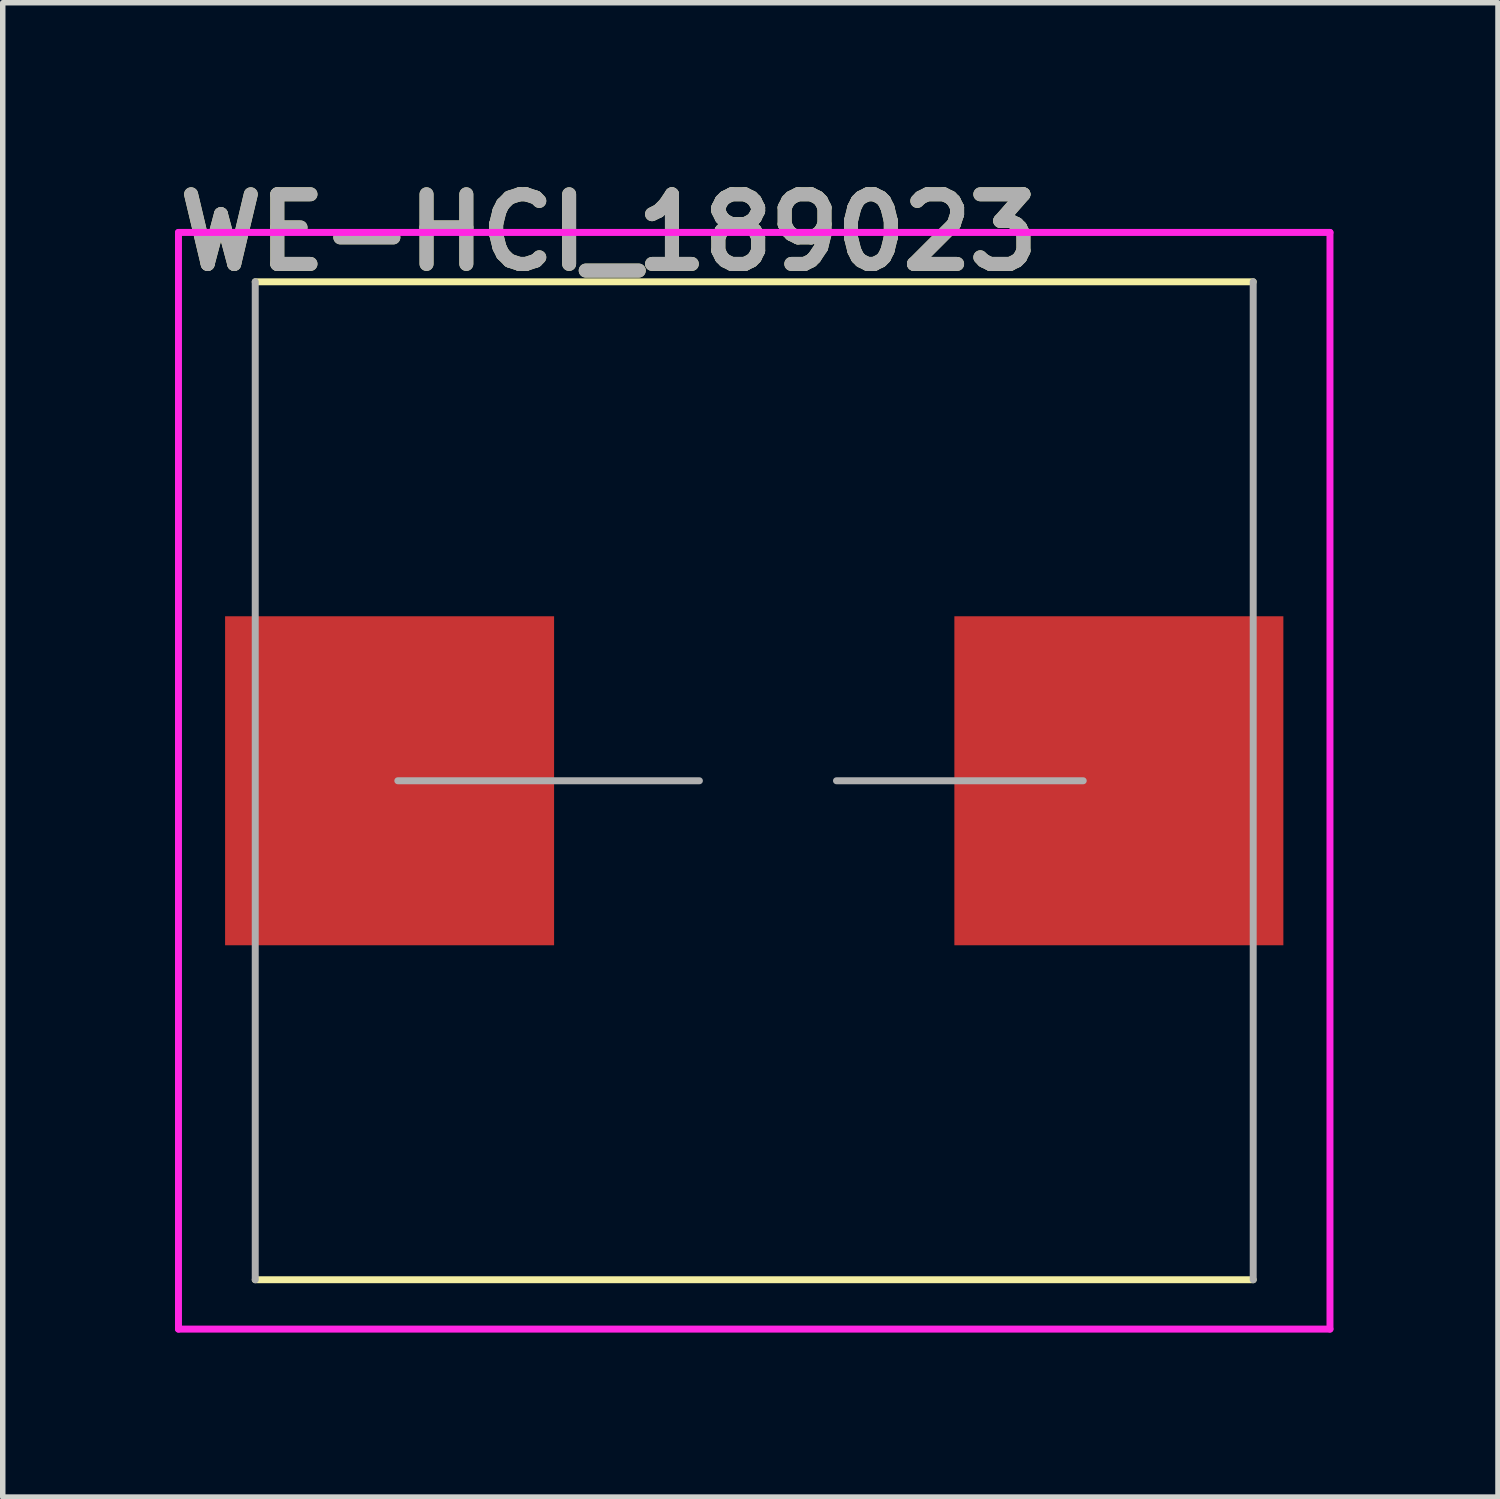
<source format=kicad_pcb>
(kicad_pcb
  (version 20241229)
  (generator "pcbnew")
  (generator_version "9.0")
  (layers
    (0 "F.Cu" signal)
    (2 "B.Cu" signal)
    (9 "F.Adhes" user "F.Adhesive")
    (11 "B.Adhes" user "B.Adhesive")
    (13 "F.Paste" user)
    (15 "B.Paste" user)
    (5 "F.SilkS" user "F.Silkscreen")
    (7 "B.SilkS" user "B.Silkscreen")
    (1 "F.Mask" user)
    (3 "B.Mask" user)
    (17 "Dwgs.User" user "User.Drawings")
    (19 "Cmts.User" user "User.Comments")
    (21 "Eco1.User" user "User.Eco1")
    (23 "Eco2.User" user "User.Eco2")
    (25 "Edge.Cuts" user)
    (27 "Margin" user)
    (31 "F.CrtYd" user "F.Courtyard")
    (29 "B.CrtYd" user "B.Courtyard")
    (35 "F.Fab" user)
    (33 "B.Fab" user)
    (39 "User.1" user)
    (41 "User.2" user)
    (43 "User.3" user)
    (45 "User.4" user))
  (footprint "WE-HCI_189023"
    (layer "F.Cu")
    (at 10.705 11.189)
    (property "Reference" "WE-HCI_189023" (at -2.65 -10 0) (layer "F.SilkS") (effects (font (size 1.27 1.27) (thickness 0.254))))
    (attr smd)
    (fp_line (start -9.1 -9.1) (end 9.1 -9.1) (stroke (width 0.127) (type solid)) (layer "F.SilkS"))
    (fp_line (start -9.1 9.1) (end 9.1 9.1) (stroke (width 0.127) (type solid)) (layer "F.SilkS"))
    (fp_line (start -10.5 -10) (end -10.5 10) (stroke (width 0.127) (type solid)) (layer "F.CrtYd"))
    (fp_line (start -10.5 10) (end 10.5 10) (stroke (width 0.127) (type solid)) (layer "F.CrtYd"))
    (fp_line (start 10.5 -10) (end -10.5 -10) (stroke (width 0.127) (type solid)) (layer "F.CrtYd"))
    (fp_line (start 10.5 10) (end 10.5 -10) (stroke (width 0.127) (type solid)) (layer "F.CrtYd"))
    (fp_line (start -9.1 -9.1) (end -9.1 9.1) (stroke (width 0.127) (type solid)) (layer "F.Fab"))
    (fp_line (start -6.5 0) (end -1 0) (stroke (width 0.127) (type solid)) (layer "F.Fab"))
    (fp_line (start 1.5 0) (end 6 0) (stroke (width 0.127) (type solid)) (layer "F.Fab"))
    (fp_line (start 9.1 -9.1) (end 9.1 9.1) (stroke (width 0.127) (type solid)) (layer "F.Fab"))
    (fp_text user "${REFERENCE}" (at -2.65 -10 0) (layer "F.Fab") (effects (font (size 1.27 1.27) (thickness 0.254))))
    (pad "1" smd rect (at -6.65 0 90) (size 6 6) (layers "F.Cu" "F.Mask" "F.Paste"))
    (pad "2" smd rect (at 6.65 0 90) (size 6 6) (layers "F.Cu" "F.Mask" "F.Paste")))
  (gr_rect
    (start -3 -3)
    (end 24.269 24.252)
    (stroke (width 0.1) (type default))
    (fill no)
    (layer "Edge.Cuts")))
</source>
